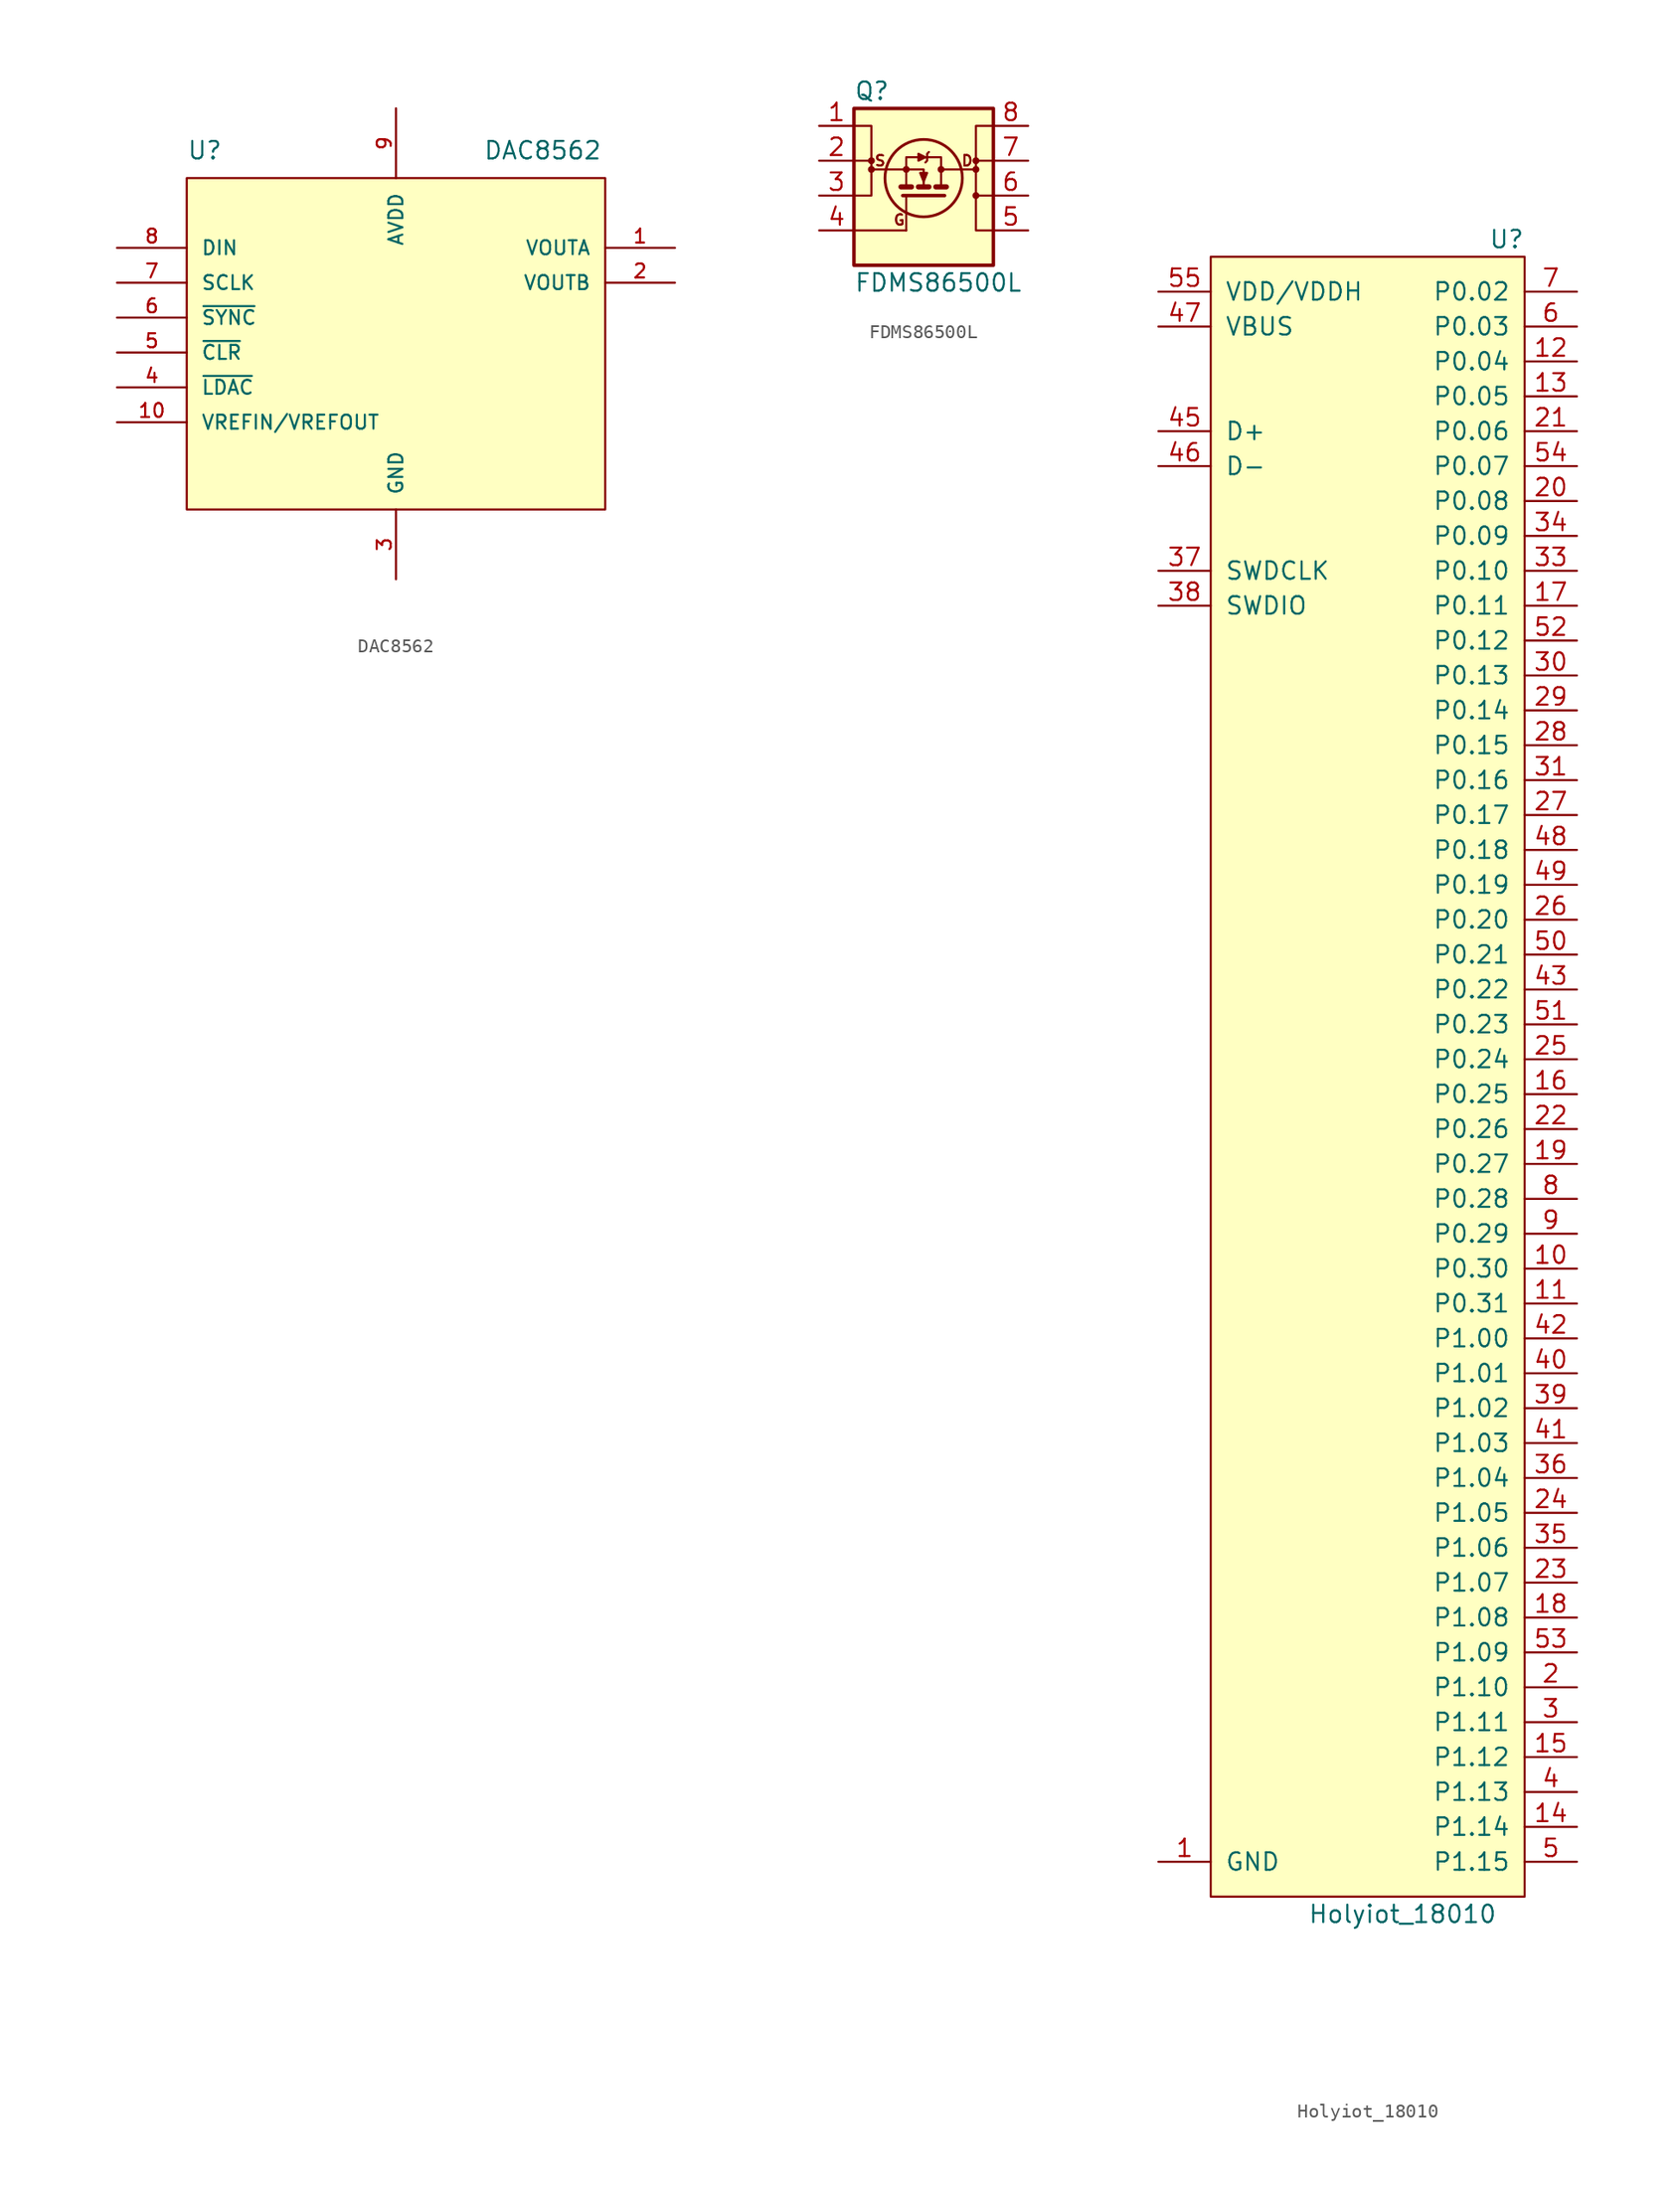
<source format=kicad_sym>
(kicad_symbol_lib
  (version 20220914)
  (generator kicad_symbol_editor)
  (symbol "DAC8562"
    (pin_names
      (offset 1.016))
    (property "Reference" "U"
      (at -20.32 16.51 0)
      (effects (font (size 1.27 1.27)) (justify left bottom)))
    (property "Value" "DAC8562"
      (at 1.27 16.51 0)
      (effects (font (size 1.27 1.27)) (justify left bottom)))
    (symbol "DAC8562_0_0"
      (pin output line (at 15.24 10.16 180) (length 5.08) (name "VOUTA" (effects (font (size 1.016 1.016)))) (number "1" (effects (font (size 1.016 1.016)))))
      (pin input line (at -25.4 -2.54 0) (length 5.08) (name "VREFIN/VREFOUT" (effects (font (size 1.016 1.016)))) (number "10" (effects (font (size 1.016 1.016)))))
      (pin output line (at 15.24 7.62 180) (length 5.08) (name "VOUTB" (effects (font (size 1.016 1.016)))) (number "2" (effects (font (size 1.016 1.016)))))
      (pin passive line (at -5.08 -13.97 90) (length 5.08) (name "GND" (effects (font (size 1.016 1.016)))) (number "3" (effects (font (size 1.016 1.016)))))
      (pin input line (at -25.4 0 0) (length 5.08) (name "~{LDAC}" (effects (font (size 1.016 1.016)))) (number "4" (effects (font (size 1.016 1.016)))))
      (pin input line (at -25.4 2.54 0) (length 5.08) (name "~{CLR}" (effects (font (size 1.016 1.016)))) (number "5" (effects (font (size 1.016 1.016)))))
      (pin input line (at -25.4 5.08 0) (length 5.08) (name "~{SYNC}" (effects (font (size 1.016 1.016)))) (number "6" (effects (font (size 1.016 1.016)))))
      (pin input line (at -25.4 7.62 0) (length 5.08) (name "SCLK" (effects (font (size 1.016 1.016)))) (number "7" (effects (font (size 1.016 1.016)))))
      (pin input line (at -25.4 10.16 0) (length 5.08) (name "DIN" (effects (font (size 1.016 1.016)))) (number "8" (effects (font (size 1.016 1.016)))))
      (pin input line (at -5.08 20.32 270) (length 5.08) (name "AVDD" (effects (font (size 1.016 1.016)))) (number "9" (effects (font (size 1.016 1.016))))))
    (symbol "DAC8562_0_1"
      (rectangle (start 10.16 -8.89) (end -20.32 15.24) (stroke (width 0) (type default)) (fill (type background)))))
  (symbol "FDMS86500L"
    (pin_names
      (offset 0) hide)
    (property "Reference" "Q"
      (at -5.08 7.62 0)
      (effects (font (size 1.27 1.27)) (justify left)))
    (property "Value" "FDMS86500L"
      (at -5.08 -6.35 0)
      (effects (font (size 1.27 1.27)) (justify left)))
    (symbol "FDMS86500L_0_0"
      (circle (center -3.81 1.905) (radius 0.127) (stroke (width 0.254) (type default)) (fill (type none)))
      (circle (center -1.27 1.905) (radius 0.127) (stroke (width 0.254) (type default)) (fill (type none)))
      (polyline (pts (xy -5.08 2.54) (xy -3.81 2.54)) (stroke (width 0) (type default)) (fill (type none)))
      (polyline (pts (xy -1.27 1.905) (xy -3.81 1.905)) (stroke (width 0) (type default)) (fill (type none)))
      (polyline (pts (xy 5.08 2.54) (xy 3.81 2.54)) (stroke (width 0) (type default)) (fill (type none)))
      (polyline (pts (xy -1.27 0.635) (xy -1.27 2.794) (xy 1.27 2.794) (xy 1.27 0.635)) (stroke (width 0) (type default)) (fill (type none)))
      (polyline (pts (xy 0.127 2.794) (xy -0.381 3.048) (xy -0.381 2.54) (xy 0.127 2.794)) (stroke (width 0) (type default)) (fill (type outline)))
      (polyline (pts (xy 0.381 3.175) (xy 0.254 3.048) (xy 0.254 2.54) (xy 0.127 2.413)) (stroke (width 0) (type default)) (fill (type none)))
      (circle (center 1.27 1.905) (radius 0.127) (stroke (width 0.254) (type default)) (fill (type none)))
      (circle (center 3.81 1.905) (radius 0.127) (stroke (width 0.254) (type default)) (fill (type none)))
      (text "D" (at 3.175 2.54 0) (effects (font (size 0.762 0.762))))
      (text "G" (at -1.778 -1.778 0) (effects (font (size 0.762 0.762))))
      (text "S" (at -3.175 2.54 0) (effects (font (size 0.762 0.762)))))
    (symbol "FDMS86500L_0_1"
      (rectangle (start -5.08 6.35) (end 5.08 -5.08) (stroke (width 0.254) (type default)) (fill (type background)))
      (circle (center -3.81 2.54) (radius 0.127) (stroke (width 0.254) (type default)) (fill (type none)))
      (polyline (pts (xy -5.08 -2.54) (xy -1.27 -2.54)) (stroke (width 0) (type default)) (fill (type none)))
      (polyline (pts (xy -1.651 0.635) (xy -0.889 0.635)) (stroke (width 0.381) (type default)) (fill (type none)))
      (polyline (pts (xy -1.27 -2.54) (xy -1.27 0)) (stroke (width 0) (type default)) (fill (type none)))
      (polyline (pts (xy -0.381 0.635) (xy 0.381 0.635)) (stroke (width 0.381) (type default)) (fill (type none)))
      (polyline (pts (xy 0.889 0.635) (xy 1.651 0.635)) (stroke (width 0.381) (type default)) (fill (type none)))
      (polyline (pts (xy 1.27 1.905) (xy 3.81 1.905)) (stroke (width 0) (type default)) (fill (type none)))
      (polyline (pts (xy 5.08 0) (xy 3.81 0)) (stroke (width 0) (type default)) (fill (type none)))
      (polyline (pts (xy -1.524 0) (xy 1.524 0) (xy 1.524 0)) (stroke (width 0.254) (type default)) (fill (type none)))
      (polyline (pts (xy 0 0.635) (xy 0 1.905) (xy -1.27 1.905)) (stroke (width 0) (type default)) (fill (type none)))
      (polyline (pts (xy -5.08 0) (xy -3.81 0) (xy -3.81 5.08) (xy -5.08 5.08)) (stroke (width 0) (type default)) (fill (type none)))
      (polyline (pts (xy -0.254 1.651) (xy 0.254 1.651) (xy 0 1.016) (xy -0.254 1.651)) (stroke (width 0) (type default)) (fill (type outline)))
      (polyline (pts (xy 5.08 5.08) (xy 3.81 5.08) (xy 3.81 -2.54) (xy 5.08 -2.54)) (stroke (width 0) (type default)) (fill (type none)))
      (circle (center 0 1.27) (radius 2.819) (stroke (width 0.203) (type default)) (fill (type none)))
      (circle (center 3.81 0) (radius 0.127) (stroke (width 0.254) (type default)) (fill (type none)))
      (circle (center 3.81 2.54) (radius 0.127) (stroke (width 0.254) (type default)) (fill (type none))))
    (symbol "FDMS86500L_1_1"
      (pin passive line (at -7.62 5.08 0) (length 2.54) (name "S" (effects (font (size 1.27 1.27)))) (number "1" (effects (font (size 1.27 1.27)))))
      (pin passive line (at -7.62 2.54 0) (length 2.54) (name "S" (effects (font (size 1.27 1.27)))) (number "2" (effects (font (size 1.27 1.27)))))
      (pin passive line (at -7.62 0 0) (length 2.54) (name "S" (effects (font (size 1.27 1.27)))) (number "3" (effects (font (size 1.27 1.27)))))
      (pin passive line (at -7.62 -2.54 0) (length 2.54) (name "G" (effects (font (size 1.27 1.27)))) (number "4" (effects (font (size 1.27 1.27)))))
      (pin passive line (at 7.62 -2.54 180) (length 2.54) (name "D" (effects (font (size 1.27 1.27)))) (number "5" (effects (font (size 1.27 1.27)))))
      (pin passive line (at 7.62 0 180) (length 2.54) (name "D" (effects (font (size 1.27 1.27)))) (number "6" (effects (font (size 1.27 1.27)))))
      (pin passive line (at 7.62 2.54 180) (length 2.54) (name "D" (effects (font (size 1.27 1.27)))) (number "7" (effects (font (size 1.27 1.27)))))
      (pin passive line (at 7.62 5.08 180) (length 2.54) (name "D" (effects (font (size 1.27 1.27)))) (number "8" (effects (font (size 1.27 1.27)))))))
  (symbol "Holyiot_18010"
    (pin_names
      (offset 1.016))
    (property "Reference" "U"
      (at 11.43 57.15 0)
      (effects (font (size 1.27 1.27)) (justify right)))
    (property "Value" "Holyiot_18010"
      (at 2.54 -64.77 0)
      (effects (font (size 1.27 1.27))))
    (symbol "Holyiot_18010_0_1"
      (rectangle (start -11.43 55.88) (end 11.43 -63.5) (stroke (width 0) (type default)) (fill (type background))))
    (symbol "Holyiot_18010_1_1"
      (pin power_in line (at -15.24 -60.96 0) (length 3.81) (name "GND" (effects (font (size 1.27 1.27)))) (number "1" (effects (font (size 1.27 1.27)))))
      (pin bidirectional line (at 15.24 -17.78 180) (length 3.81) (name "P0.30" (effects (font (size 1.27 1.27)))) (number "10" (effects (font (size 1.27 1.27)))))
      (pin bidirectional line (at 15.24 -20.32 180) (length 3.81) (name "P0.31" (effects (font (size 1.27 1.27)))) (number "11" (effects (font (size 1.27 1.27)))))
      (pin bidirectional line (at 15.24 48.26 180) (length 3.81) (name "P0.04" (effects (font (size 1.27 1.27)))) (number "12" (effects (font (size 1.27 1.27)))))
      (pin bidirectional line (at 15.24 45.72 180) (length 3.81) (name "P0.05" (effects (font (size 1.27 1.27)))) (number "13" (effects (font (size 1.27 1.27)))))
      (pin bidirectional line (at 15.24 -58.42 180) (length 3.81) (name "P1.14" (effects (font (size 1.27 1.27)))) (number "14" (effects (font (size 1.27 1.27)))))
      (pin bidirectional line (at 15.24 -53.34 180) (length 3.81) (name "P1.12" (effects (font (size 1.27 1.27)))) (number "15" (effects (font (size 1.27 1.27)))))
      (pin bidirectional line (at 15.24 -5.08 180) (length 3.81) (name "P0.25" (effects (font (size 1.27 1.27)))) (number "16" (effects (font (size 1.27 1.27)))))
      (pin bidirectional line (at 15.24 30.48 180) (length 3.81) (name "P0.11" (effects (font (size 1.27 1.27)))) (number "17" (effects (font (size 1.27 1.27)))))
      (pin bidirectional line (at 15.24 -43.18 180) (length 3.81) (name "P1.08" (effects (font (size 1.27 1.27)))) (number "18" (effects (font (size 1.27 1.27)))))
      (pin bidirectional line (at 15.24 -10.16 180) (length 3.81) (name "P0.27" (effects (font (size 1.27 1.27)))) (number "19" (effects (font (size 1.27 1.27)))))
      (pin bidirectional line (at 15.24 -48.26 180) (length 3.81) (name "P1.10" (effects (font (size 1.27 1.27)))) (number "2" (effects (font (size 1.27 1.27)))))
      (pin bidirectional line (at 15.24 38.1 180) (length 3.81) (name "P0.08" (effects (font (size 1.27 1.27)))) (number "20" (effects (font (size 1.27 1.27)))))
      (pin bidirectional line (at 15.24 43.18 180) (length 3.81) (name "P0.06" (effects (font (size 1.27 1.27)))) (number "21" (effects (font (size 1.27 1.27)))))
      (pin bidirectional line (at 15.24 -7.62 180) (length 3.81) (name "P0.26" (effects (font (size 1.27 1.27)))) (number "22" (effects (font (size 1.27 1.27)))))
      (pin bidirectional line (at 15.24 -40.64 180) (length 3.81) (name "P1.07" (effects (font (size 1.27 1.27)))) (number "23" (effects (font (size 1.27 1.27)))))
      (pin bidirectional line (at 15.24 -35.56 180) (length 3.81) (name "P1.05" (effects (font (size 1.27 1.27)))) (number "24" (effects (font (size 1.27 1.27)))))
      (pin bidirectional line (at 15.24 -2.54 180) (length 3.81) (name "P0.24" (effects (font (size 1.27 1.27)))) (number "25" (effects (font (size 1.27 1.27)))))
      (pin bidirectional line (at 15.24 7.62 180) (length 3.81) (name "P0.20" (effects (font (size 1.27 1.27)))) (number "26" (effects (font (size 1.27 1.27)))))
      (pin bidirectional line (at 15.24 15.24 180) (length 3.81) (name "P0.17" (effects (font (size 1.27 1.27)))) (number "27" (effects (font (size 1.27 1.27)))))
      (pin bidirectional line (at 15.24 20.32 180) (length 3.81) (name "P0.15" (effects (font (size 1.27 1.27)))) (number "28" (effects (font (size 1.27 1.27)))))
      (pin bidirectional line (at 15.24 22.86 180) (length 3.81) (name "P0.14" (effects (font (size 1.27 1.27)))) (number "29" (effects (font (size 1.27 1.27)))))
      (pin bidirectional line (at 15.24 -50.8 180) (length 3.81) (name "P1.11" (effects (font (size 1.27 1.27)))) (number "3" (effects (font (size 1.27 1.27)))))
      (pin bidirectional line (at 15.24 25.4 180) (length 3.81) (name "P0.13" (effects (font (size 1.27 1.27)))) (number "30" (effects (font (size 1.27 1.27)))))
      (pin bidirectional line (at 15.24 17.78 180) (length 3.81) (name "P0.16" (effects (font (size 1.27 1.27)))) (number "31" (effects (font (size 1.27 1.27)))))
      (pin passive line (at -15.24 -60.96 0) (length 3.81) hide (name "GND" (effects (font (size 1.27 1.27)))) (number "32" (effects (font (size 1.27 1.27)))))
      (pin bidirectional line (at 15.24 33.02 180) (length 3.81) (name "P0.10" (effects (font (size 1.27 1.27)))) (number "33" (effects (font (size 1.27 1.27)))))
      (pin bidirectional line (at 15.24 35.56 180) (length 3.81) (name "P0.09" (effects (font (size 1.27 1.27)))) (number "34" (effects (font (size 1.27 1.27)))))
      (pin bidirectional line (at 15.24 -38.1 180) (length 3.81) (name "P1.06" (effects (font (size 1.27 1.27)))) (number "35" (effects (font (size 1.27 1.27)))))
      (pin bidirectional line (at 15.24 -33.02 180) (length 3.81) (name "P1.04" (effects (font (size 1.27 1.27)))) (number "36" (effects (font (size 1.27 1.27)))))
      (pin input line (at -15.24 33.02 0) (length 3.81) (name "SWDCLK" (effects (font (size 1.27 1.27)))) (number "37" (effects (font (size 1.27 1.27)))))
      (pin bidirectional line (at -15.24 30.48 0) (length 3.81) (name "SWDIO" (effects (font (size 1.27 1.27)))) (number "38" (effects (font (size 1.27 1.27)))))
      (pin bidirectional line (at 15.24 -27.94 180) (length 3.81) (name "P1.02" (effects (font (size 1.27 1.27)))) (number "39" (effects (font (size 1.27 1.27)))))
      (pin bidirectional line (at 15.24 -55.88 180) (length 3.81) (name "P1.13" (effects (font (size 1.27 1.27)))) (number "4" (effects (font (size 1.27 1.27)))))
      (pin bidirectional line (at 15.24 -25.4 180) (length 3.81) (name "P1.01" (effects (font (size 1.27 1.27)))) (number "40" (effects (font (size 1.27 1.27)))))
      (pin bidirectional line (at 15.24 -30.48 180) (length 3.81) (name "P1.03" (effects (font (size 1.27 1.27)))) (number "41" (effects (font (size 1.27 1.27)))))
      (pin bidirectional line (at 15.24 -22.86 180) (length 3.81) (name "P1.00" (effects (font (size 1.27 1.27)))) (number "42" (effects (font (size 1.27 1.27)))))
      (pin bidirectional line (at 15.24 2.54 180) (length 3.81) (name "P0.22" (effects (font (size 1.27 1.27)))) (number "43" (effects (font (size 1.27 1.27)))))
      (pin passive line (at -15.24 -60.96 0) (length 3.81) hide (name "GND" (effects (font (size 1.27 1.27)))) (number "44" (effects (font (size 1.27 1.27)))))
      (pin bidirectional line (at -15.24 43.18 0) (length 3.81) (name "D+" (effects (font (size 1.27 1.27)))) (number "45" (effects (font (size 1.27 1.27)))))
      (pin bidirectional line (at -15.24 40.64 0) (length 3.81) (name "D-" (effects (font (size 1.27 1.27)))) (number "46" (effects (font (size 1.27 1.27)))))
      (pin power_in line (at -15.24 50.8 0) (length 3.81) (name "VBUS" (effects (font (size 1.27 1.27)))) (number "47" (effects (font (size 1.27 1.27)))))
      (pin bidirectional line (at 15.24 12.7 180) (length 3.81) (name "P0.18" (effects (font (size 1.27 1.27)))) (number "48" (effects (font (size 1.27 1.27)))))
      (pin bidirectional line (at 15.24 10.16 180) (length 3.81) (name "P0.19" (effects (font (size 1.27 1.27)))) (number "49" (effects (font (size 1.27 1.27)))))
      (pin bidirectional line (at 15.24 -60.96 180) (length 3.81) (name "P1.15" (effects (font (size 1.27 1.27)))) (number "5" (effects (font (size 1.27 1.27)))))
      (pin bidirectional line (at 15.24 5.08 180) (length 3.81) (name "P0.21" (effects (font (size 1.27 1.27)))) (number "50" (effects (font (size 1.27 1.27)))))
      (pin bidirectional line (at 15.24 0 180) (length 3.81) (name "P0.23" (effects (font (size 1.27 1.27)))) (number "51" (effects (font (size 1.27 1.27)))))
      (pin bidirectional line (at 15.24 27.94 180) (length 3.81) (name "P0.12" (effects (font (size 1.27 1.27)))) (number "52" (effects (font (size 1.27 1.27)))))
      (pin bidirectional line (at 15.24 -45.72 180) (length 3.81) (name "P1.09" (effects (font (size 1.27 1.27)))) (number "53" (effects (font (size 1.27 1.27)))))
      (pin bidirectional line (at 15.24 40.64 180) (length 3.81) (name "P0.07" (effects (font (size 1.27 1.27)))) (number "54" (effects (font (size 1.27 1.27)))))
      (pin power_in line (at -15.24 53.34 0) (length 3.81) (name "VDD/VDDH" (effects (font (size 1.27 1.27)))) (number "55" (effects (font (size 1.27 1.27)))))
      (pin bidirectional line (at 15.24 50.8 180) (length 3.81) (name "P0.03" (effects (font (size 1.27 1.27)))) (number "6" (effects (font (size 1.27 1.27)))))
      (pin bidirectional line (at 15.24 53.34 180) (length 3.81) (name "P0.02" (effects (font (size 1.27 1.27)))) (number "7" (effects (font (size 1.27 1.27)))))
      (pin bidirectional line (at 15.24 -12.7 180) (length 3.81) (name "P0.28" (effects (font (size 1.27 1.27)))) (number "8" (effects (font (size 1.27 1.27)))))
      (pin bidirectional line (at 15.24 -15.24 180) (length 3.81) (name "P0.29" (effects (font (size 1.27 1.27)))) (number "9" (effects (font (size 1.27 1.27))))))))
</source>
